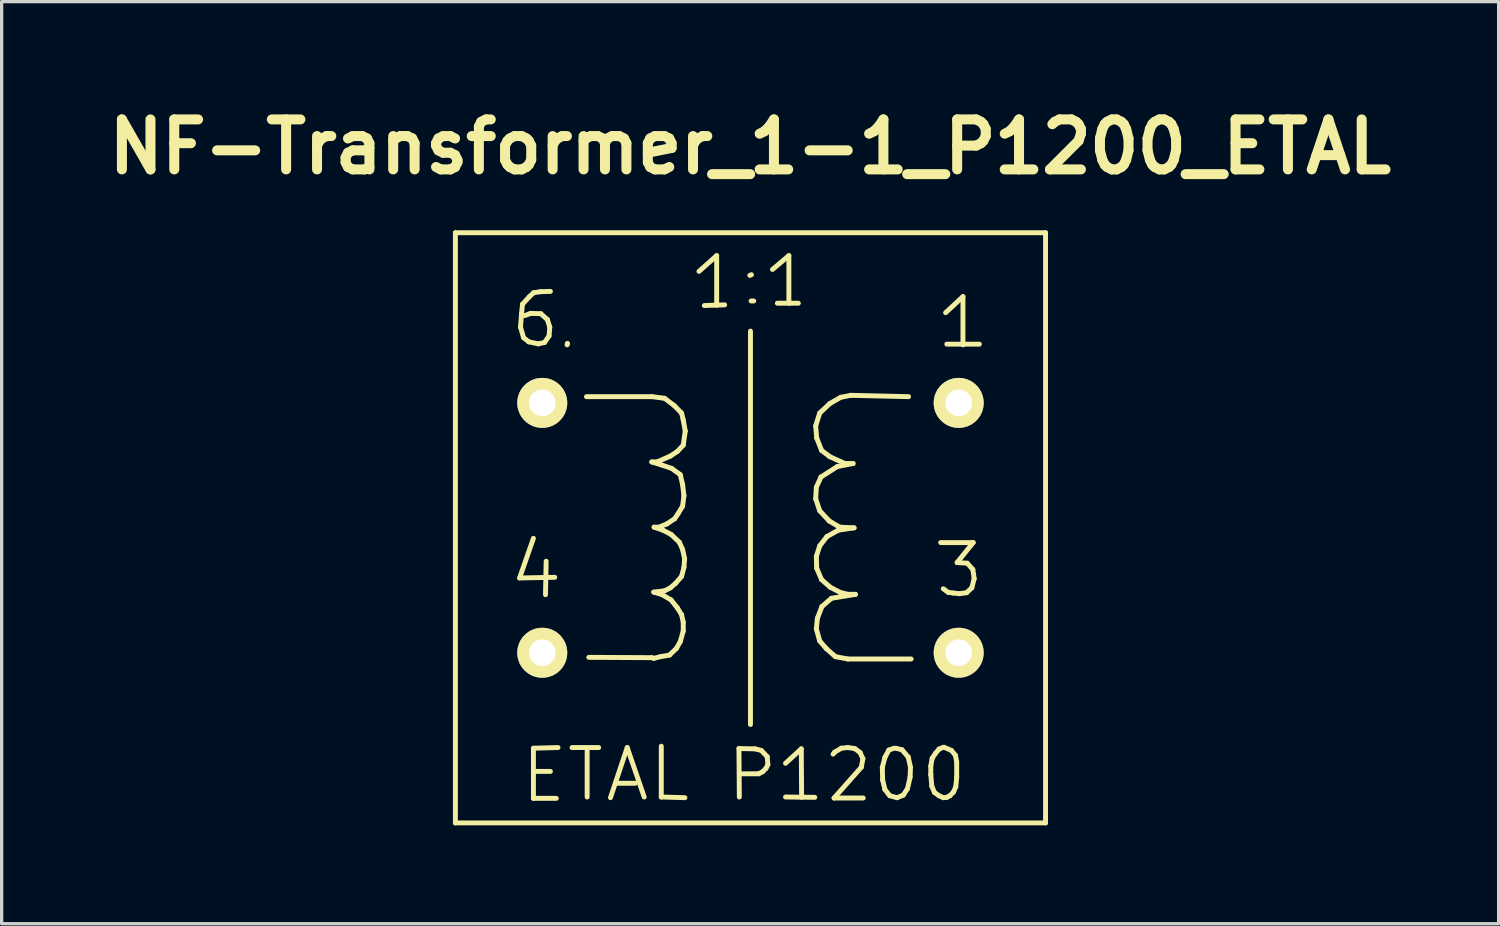
<source format=kicad_pcb>
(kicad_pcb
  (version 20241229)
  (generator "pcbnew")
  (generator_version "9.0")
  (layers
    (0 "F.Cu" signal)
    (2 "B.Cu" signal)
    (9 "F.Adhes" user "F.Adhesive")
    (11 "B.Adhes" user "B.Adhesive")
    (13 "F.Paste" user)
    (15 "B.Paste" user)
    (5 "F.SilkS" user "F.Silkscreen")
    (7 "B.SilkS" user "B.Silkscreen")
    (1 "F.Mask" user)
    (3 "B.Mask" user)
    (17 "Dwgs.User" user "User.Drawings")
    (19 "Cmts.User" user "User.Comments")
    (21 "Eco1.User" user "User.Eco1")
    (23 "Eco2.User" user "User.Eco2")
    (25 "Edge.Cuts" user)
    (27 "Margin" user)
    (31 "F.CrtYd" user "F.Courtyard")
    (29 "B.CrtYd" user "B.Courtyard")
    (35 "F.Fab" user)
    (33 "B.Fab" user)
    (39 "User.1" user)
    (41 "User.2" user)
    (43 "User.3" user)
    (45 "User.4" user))
  (footprint "NF-Transformer_1-1_P1200_ETAL"
    (layer "F.Cu")
    (at 19.837 13.047)
    (property "Reference" "NF-Transformer_1-1_P1200_ETAL" (at -0.01 -11.62 0) (layer "F.SilkS") (effects (font (size 1.524 1.524) (thickness 0.305))))
    (attr through_hole)
    (fp_line (start -8.999 -8.999) (end -8.999 8.999) (stroke (width 0.15) (type solid)) (layer "F.SilkS"))
    (fp_line (start -8.999 8.999) (end 8.999 8.999) (stroke (width 0.15) (type solid)) (layer "F.SilkS"))
    (fp_line (start -7.041 1.529) (end -5.969 1.509) (stroke (width 0.15) (type solid)) (layer "F.SilkS"))
    (fp_line (start -7.013 -6.121) (end -6.921 -5.801) (stroke (width 0.15) (type solid)) (layer "F.SilkS"))
    (fp_line (start -6.982 -6.53) (end -7.013 -6.121) (stroke (width 0.15) (type solid)) (layer "F.SilkS"))
    (fp_line (start -6.952 -6.82) (end -6.982 -6.53) (stroke (width 0.15) (type solid)) (layer "F.SilkS"))
    (fp_line (start -6.921 -5.801) (end -6.761 -5.672) (stroke (width 0.15) (type solid)) (layer "F.SilkS"))
    (fp_line (start -6.761 -5.672) (end -6.472 -5.611) (stroke (width 0.15) (type solid)) (layer "F.SilkS"))
    (fp_line (start -6.741 -7.051) (end -6.952 -6.82) (stroke (width 0.15) (type solid)) (layer "F.SilkS"))
    (fp_line (start -6.703 -6.54) (end -6.883 -6.472) (stroke (width 0.15) (type solid)) (layer "F.SilkS"))
    (fp_line (start -6.619 0.32) (end -7.041 1.529) (stroke (width 0.15) (type solid)) (layer "F.SilkS"))
    (fp_line (start -6.619 6.721) (end -6.619 8.25) (stroke (width 0.15) (type solid)) (layer "F.SilkS"))
    (fp_line (start -6.619 8.25) (end -5.921 8.25) (stroke (width 0.15) (type solid)) (layer "F.SilkS"))
    (fp_line (start -6.612 -7.17) (end -6.741 -7.051) (stroke (width 0.15) (type solid)) (layer "F.SilkS"))
    (fp_line (start -6.551 7.429) (end -6.101 7.429) (stroke (width 0.15) (type solid)) (layer "F.SilkS"))
    (fp_line (start -6.472 -5.611) (end -6.281 -5.652) (stroke (width 0.15) (type solid)) (layer "F.SilkS"))
    (fp_line (start -6.403 -7.201) (end -6.612 -7.17) (stroke (width 0.15) (type solid)) (layer "F.SilkS"))
    (fp_line (start -6.393 -6.53) (end -6.703 -6.54) (stroke (width 0.15) (type solid)) (layer "F.SilkS"))
    (fp_line (start -6.281 -5.652) (end -6.142 -5.852) (stroke (width 0.15) (type solid)) (layer "F.SilkS"))
    (fp_line (start -6.231 1.019) (end -6.251 2.04) (stroke (width 0.15) (type solid)) (layer "F.SilkS"))
    (fp_line (start -6.193 -6.35) (end -6.393 -6.53) (stroke (width 0.15) (type solid)) (layer "F.SilkS"))
    (fp_line (start -6.142 -5.852) (end -6.121 -6.121) (stroke (width 0.15) (type solid)) (layer "F.SilkS"))
    (fp_line (start -6.121 -6.121) (end -6.193 -6.35) (stroke (width 0.15) (type solid)) (layer "F.SilkS"))
    (fp_line (start -6.101 -7.211) (end -6.403 -7.201) (stroke (width 0.15) (type solid)) (layer "F.SilkS"))
    (fp_line (start -5.87 6.701) (end -6.619 6.721) (stroke (width 0.15) (type solid)) (layer "F.SilkS"))
    (fp_line (start -5.593 -5.58) (end -5.583 -5.621) (stroke (width 0.15) (type solid)) (layer "F.SilkS"))
    (fp_line (start -5.583 -5.621) (end -5.583 -5.611) (stroke (width 0.15) (type solid)) (layer "F.SilkS"))
    (fp_line (start -5.441 6.701) (end -4.63 6.701) (stroke (width 0.15) (type solid)) (layer "F.SilkS"))
    (fp_line (start -5.001 -4) (end -3 -4) (stroke (width 0.15) (type solid)) (layer "F.SilkS"))
    (fp_line (start -4.981 8.209) (end -4.981 6.741) (stroke (width 0.15) (type solid)) (layer "F.SilkS"))
    (fp_line (start -4.27 8.23) (end -3.759 6.701) (stroke (width 0.15) (type solid)) (layer "F.SilkS"))
    (fp_line (start -4.041 7.79) (end -3.51 7.79) (stroke (width 0.15) (type solid)) (layer "F.SilkS"))
    (fp_line (start -3.759 6.701) (end -3.241 8.209) (stroke (width 0.15) (type solid)) (layer "F.SilkS"))
    (fp_line (start -3.01 -2.009) (end -2.72 -1.92) (stroke (width 0.15) (type solid)) (layer "F.SilkS"))
    (fp_line (start -3.01 3.96) (end -4.93 3.95) (stroke (width 0.15) (type solid)) (layer "F.SilkS"))
    (fp_line (start -3 -4) (end -2.619 -3.95) (stroke (width 0.15) (type solid)) (layer "F.SilkS"))
    (fp_line (start -2.949 1.961) (end -2.69 2.04) (stroke (width 0.15) (type solid)) (layer "F.SilkS"))
    (fp_line (start -2.949 3.98) (end -3.01 3.96) (stroke (width 0.15) (type solid)) (layer "F.SilkS"))
    (fp_line (start -2.939 -0.02) (end -2.67 0.071) (stroke (width 0.15) (type solid)) (layer "F.SilkS"))
    (fp_line (start -2.85 -2.009) (end -3.01 -2.009) (stroke (width 0.15) (type solid)) (layer "F.SilkS"))
    (fp_line (start -2.789 -0.02) (end -2.939 -0.02) (stroke (width 0.15) (type solid)) (layer "F.SilkS"))
    (fp_line (start -2.741 3.929) (end -2.949 3.98) (stroke (width 0.15) (type solid)) (layer "F.SilkS"))
    (fp_line (start -2.72 -1.92) (end -2.4 -1.811) (stroke (width 0.15) (type solid)) (layer "F.SilkS"))
    (fp_line (start -2.72 6.66) (end -2.72 8.209) (stroke (width 0.15) (type solid)) (layer "F.SilkS"))
    (fp_line (start -2.72 8.209) (end -1.999 8.23) (stroke (width 0.15) (type solid)) (layer "F.SilkS"))
    (fp_line (start -2.69 2.04) (end -2.421 2.2) (stroke (width 0.15) (type solid)) (layer "F.SilkS"))
    (fp_line (start -2.67 0.071) (end -2.421 0.201) (stroke (width 0.15) (type solid)) (layer "F.SilkS"))
    (fp_line (start -2.619 -3.95) (end -2.329 -3.731) (stroke (width 0.15) (type solid)) (layer "F.SilkS"))
    (fp_line (start -2.619 1.92) (end -2.949 1.961) (stroke (width 0.15) (type solid)) (layer "F.SilkS"))
    (fp_line (start -2.55 -0.119) (end -2.789 -0.02) (stroke (width 0.15) (type solid)) (layer "F.SilkS"))
    (fp_line (start -2.469 3.881) (end -2.741 3.929) (stroke (width 0.15) (type solid)) (layer "F.SilkS"))
    (fp_line (start -2.441 -2.189) (end -2.85 -2.009) (stroke (width 0.15) (type solid)) (layer "F.SilkS"))
    (fp_line (start -2.441 1.829) (end -2.619 1.92) (stroke (width 0.15) (type solid)) (layer "F.SilkS"))
    (fp_line (start -2.421 0.201) (end -2.169 0.439) (stroke (width 0.15) (type solid)) (layer "F.SilkS"))
    (fp_line (start -2.421 2.2) (end -2.23 2.441) (stroke (width 0.15) (type solid)) (layer "F.SilkS"))
    (fp_line (start -2.4 -1.811) (end -2.141 -1.621) (stroke (width 0.15) (type solid)) (layer "F.SilkS"))
    (fp_line (start -2.329 -3.731) (end -2.101 -3.5) (stroke (width 0.15) (type solid)) (layer "F.SilkS"))
    (fp_line (start -2.309 -0.279) (end -2.55 -0.119) (stroke (width 0.15) (type solid)) (layer "F.SilkS"))
    (fp_line (start -2.281 1.689) (end -2.441 1.829) (stroke (width 0.15) (type solid)) (layer "F.SilkS"))
    (fp_line (start -2.261 3.68) (end -2.469 3.881) (stroke (width 0.15) (type solid)) (layer "F.SilkS"))
    (fp_line (start -2.23 -2.329) (end -2.441 -2.189) (stroke (width 0.15) (type solid)) (layer "F.SilkS"))
    (fp_line (start -2.23 2.441) (end -2.101 2.649) (stroke (width 0.15) (type solid)) (layer "F.SilkS"))
    (fp_line (start -2.21 -0.429) (end -2.309 -0.279) (stroke (width 0.15) (type solid)) (layer "F.SilkS"))
    (fp_line (start -2.169 0.439) (end -2.07 0.66) (stroke (width 0.15) (type solid)) (layer "F.SilkS"))
    (fp_line (start -2.141 -1.621) (end -2.07 -1.321) (stroke (width 0.15) (type solid)) (layer "F.SilkS"))
    (fp_line (start -2.141 3.47) (end -2.261 3.68) (stroke (width 0.15) (type solid)) (layer "F.SilkS"))
    (fp_line (start -2.101 -3.5) (end -2.05 -3.289) (stroke (width 0.15) (type solid)) (layer "F.SilkS"))
    (fp_line (start -2.101 1.481) (end -2.281 1.689) (stroke (width 0.15) (type solid)) (layer "F.SilkS"))
    (fp_line (start -2.101 2.649) (end -2.05 2.88) (stroke (width 0.15) (type solid)) (layer "F.SilkS"))
    (fp_line (start -2.07 -1.321) (end -2.029 -0.98) (stroke (width 0.15) (type solid)) (layer "F.SilkS"))
    (fp_line (start -2.07 -0.66) (end -2.21 -0.429) (stroke (width 0.15) (type solid)) (layer "F.SilkS"))
    (fp_line (start -2.07 0.66) (end -2.009 0.94) (stroke (width 0.15) (type solid)) (layer "F.SilkS"))
    (fp_line (start -2.05 -3.289) (end -1.989 -2.949) (stroke (width 0.15) (type solid)) (layer "F.SilkS"))
    (fp_line (start -2.05 -2.52) (end -2.23 -2.329) (stroke (width 0.15) (type solid)) (layer "F.SilkS"))
    (fp_line (start -2.05 2.88) (end -2.05 3.15) (stroke (width 0.15) (type solid)) (layer "F.SilkS"))
    (fp_line (start -2.05 3.15) (end -2.141 3.47) (stroke (width 0.15) (type solid)) (layer "F.SilkS"))
    (fp_line (start -2.029 -0.98) (end -2.07 -0.66) (stroke (width 0.15) (type solid)) (layer "F.SilkS"))
    (fp_line (start -2.029 1.209) (end -2.101 1.481) (stroke (width 0.15) (type solid)) (layer "F.SilkS"))
    (fp_line (start -2.009 0.94) (end -2.029 1.209) (stroke (width 0.15) (type solid)) (layer "F.SilkS"))
    (fp_line (start -1.989 -2.949) (end -2.05 -2.52) (stroke (width 0.15) (type solid)) (layer "F.SilkS"))
    (fp_line (start -1.57 -7.821) (end -1.031 -8.301) (stroke (width 0.15) (type solid)) (layer "F.SilkS"))
    (fp_line (start -1.407 -6.779) (end -0.787 -6.8) (stroke (width 0.15) (type solid)) (layer "F.SilkS"))
    (fp_line (start -1.031 -8.301) (end -1.031 -6.789) (stroke (width 0.15) (type solid)) (layer "F.SilkS"))
    (fp_line (start -0.351 6.731) (end 0.14 6.741) (stroke (width 0.15) (type solid)) (layer "F.SilkS"))
    (fp_line (start -0.34 8.209) (end -0.351 6.731) (stroke (width 0.15) (type solid)) (layer "F.SilkS"))
    (fp_line (start 0 -5.999) (end 0 5.999) (stroke (width 0.15) (type solid)) (layer "F.SilkS"))
    (fp_line (start 0.03 -7.719) (end -0.02 -7.699) (stroke (width 0.15) (type solid)) (layer "F.SilkS"))
    (fp_line (start 0.099 -6.919) (end 0.02 -6.919) (stroke (width 0.15) (type solid)) (layer "F.SilkS"))
    (fp_line (start 0.14 6.741) (end 0.33 6.789) (stroke (width 0.15) (type solid)) (layer "F.SilkS"))
    (fp_line (start 0.249 7.501) (end -0.269 7.501) (stroke (width 0.15) (type solid)) (layer "F.SilkS"))
    (fp_line (start 0.33 6.789) (end 0.511 6.98) (stroke (width 0.15) (type solid)) (layer "F.SilkS"))
    (fp_line (start 0.371 7.44) (end 0.249 7.501) (stroke (width 0.15) (type solid)) (layer "F.SilkS"))
    (fp_line (start 0.47 7.341) (end 0.371 7.44) (stroke (width 0.15) (type solid)) (layer "F.SilkS"))
    (fp_line (start 0.511 6.98) (end 0.531 7.221) (stroke (width 0.15) (type solid)) (layer "F.SilkS"))
    (fp_line (start 0.531 7.221) (end 0.47 7.341) (stroke (width 0.15) (type solid)) (layer "F.SilkS"))
    (fp_line (start 0.671 -7.879) (end 1.171 -8.301) (stroke (width 0.15) (type solid)) (layer "F.SilkS"))
    (fp_line (start 0.82 -6.85) (end 1.46 -6.85) (stroke (width 0.15) (type solid)) (layer "F.SilkS"))
    (fp_line (start 1.069 7.181) (end 1.549 6.741) (stroke (width 0.15) (type solid)) (layer "F.SilkS"))
    (fp_line (start 1.069 8.209) (end 1.961 8.219) (stroke (width 0.15) (type solid)) (layer "F.SilkS"))
    (fp_line (start 1.171 -8.301) (end 1.171 -6.85) (stroke (width 0.15) (type solid)) (layer "F.SilkS"))
    (fp_line (start 1.549 6.741) (end 1.56 8.219) (stroke (width 0.15) (type solid)) (layer "F.SilkS"))
    (fp_line (start 1.989 -3.109) (end 2.019 -2.741) (stroke (width 0.15) (type solid)) (layer "F.SilkS"))
    (fp_line (start 1.989 -0.889) (end 2.111 -0.521) (stroke (width 0.15) (type solid)) (layer "F.SilkS"))
    (fp_line (start 2.009 -1.24) (end 1.989 -0.889) (stroke (width 0.15) (type solid)) (layer "F.SilkS"))
    (fp_line (start 2.009 0.871) (end 2.019 1.229) (stroke (width 0.15) (type solid)) (layer "F.SilkS"))
    (fp_line (start 2.009 3.081) (end 2.111 3.449) (stroke (width 0.15) (type solid)) (layer "F.SilkS"))
    (fp_line (start 2.019 -2.741) (end 2.169 -2.36) (stroke (width 0.15) (type solid)) (layer "F.SilkS"))
    (fp_line (start 2.019 1.229) (end 2.169 1.58) (stroke (width 0.15) (type solid)) (layer "F.SilkS"))
    (fp_line (start 2.04 2.761) (end 2.009 3.081) (stroke (width 0.15) (type solid)) (layer "F.SilkS"))
    (fp_line (start 2.111 -3.5) (end 1.989 -3.109) (stroke (width 0.15) (type solid)) (layer "F.SilkS"))
    (fp_line (start 2.111 -0.521) (end 2.4 -0.211) (stroke (width 0.15) (type solid)) (layer "F.SilkS"))
    (fp_line (start 2.111 0.551) (end 2.009 0.871) (stroke (width 0.15) (type solid)) (layer "F.SilkS"))
    (fp_line (start 2.111 3.449) (end 2.309 3.68) (stroke (width 0.15) (type solid)) (layer "F.SilkS"))
    (fp_line (start 2.149 -1.549) (end 2.009 -1.24) (stroke (width 0.15) (type solid)) (layer "F.SilkS"))
    (fp_line (start 2.169 -2.36) (end 2.421 -2.169) (stroke (width 0.15) (type solid)) (layer "F.SilkS"))
    (fp_line (start 2.169 1.58) (end 2.431 1.811) (stroke (width 0.15) (type solid)) (layer "F.SilkS"))
    (fp_line (start 2.179 2.4) (end 2.04 2.761) (stroke (width 0.15) (type solid)) (layer "F.SilkS"))
    (fp_line (start 2.309 3.68) (end 2.591 3.929) (stroke (width 0.15) (type solid)) (layer "F.SilkS"))
    (fp_line (start 2.329 0.269) (end 2.111 0.551) (stroke (width 0.15) (type solid)) (layer "F.SilkS"))
    (fp_line (start 2.4 -0.211) (end 2.72 -0.02) (stroke (width 0.15) (type solid)) (layer "F.SilkS"))
    (fp_line (start 2.421 -3.79) (end 2.111 -3.5) (stroke (width 0.15) (type solid)) (layer "F.SilkS"))
    (fp_line (start 2.421 -2.169) (end 2.88 -1.961) (stroke (width 0.15) (type solid)) (layer "F.SilkS"))
    (fp_line (start 2.431 1.811) (end 2.741 1.971) (stroke (width 0.15) (type solid)) (layer "F.SilkS"))
    (fp_line (start 2.469 2.149) (end 2.179 2.4) (stroke (width 0.15) (type solid)) (layer "F.SilkS"))
    (fp_line (start 2.52 6.901) (end 2.57 6.84) (stroke (width 0.15) (type solid)) (layer "F.SilkS"))
    (fp_line (start 2.55 8.24) (end 3.439 8.24) (stroke (width 0.15) (type solid)) (layer "F.SilkS"))
    (fp_line (start 2.57 6.84) (end 2.771 6.721) (stroke (width 0.15) (type solid)) (layer "F.SilkS"))
    (fp_line (start 2.591 3.929) (end 2.969 4) (stroke (width 0.15) (type solid)) (layer "F.SilkS"))
    (fp_line (start 2.649 -1.869) (end 2.149 -1.549) (stroke (width 0.15) (type solid)) (layer "F.SilkS"))
    (fp_line (start 2.68 0.071) (end 2.329 0.269) (stroke (width 0.15) (type solid)) (layer "F.SilkS"))
    (fp_line (start 2.72 -0.02) (end 3.16 0) (stroke (width 0.15) (type solid)) (layer "F.SilkS"))
    (fp_line (start 2.741 1.971) (end 2.979 2.029) (stroke (width 0.15) (type solid)) (layer "F.SilkS"))
    (fp_line (start 2.751 -3.98) (end 2.421 -3.79) (stroke (width 0.15) (type solid)) (layer "F.SilkS"))
    (fp_line (start 2.771 6.721) (end 2.969 6.701) (stroke (width 0.15) (type solid)) (layer "F.SilkS"))
    (fp_line (start 2.88 -1.961) (end 3.129 -1.961) (stroke (width 0.15) (type solid)) (layer "F.SilkS"))
    (fp_line (start 2.969 4) (end 4.9 4) (stroke (width 0.15) (type solid)) (layer "F.SilkS"))
    (fp_line (start 2.969 6.701) (end 3.18 6.731) (stroke (width 0.15) (type solid)) (layer "F.SilkS"))
    (fp_line (start 2.979 2.029) (end 3.2 2.029) (stroke (width 0.15) (type solid)) (layer "F.SilkS"))
    (fp_line (start 3.061 -4.041) (end 2.751 -3.98) (stroke (width 0.15) (type solid)) (layer "F.SilkS"))
    (fp_line (start 3.129 -1.961) (end 2.649 -1.869) (stroke (width 0.15) (type solid)) (layer "F.SilkS"))
    (fp_line (start 3.16 0) (end 2.68 0.071) (stroke (width 0.15) (type solid)) (layer "F.SilkS"))
    (fp_line (start 3.18 6.731) (end 3.34 6.85) (stroke (width 0.15) (type solid)) (layer "F.SilkS"))
    (fp_line (start 3.2 2.029) (end 2.469 2.149) (stroke (width 0.15) (type solid)) (layer "F.SilkS"))
    (fp_line (start 3.34 6.85) (end 3.429 7.041) (stroke (width 0.15) (type solid)) (layer "F.SilkS"))
    (fp_line (start 3.381 7.3) (end 2.55 8.24) (stroke (width 0.15) (type solid)) (layer "F.SilkS"))
    (fp_line (start 3.429 7.041) (end 3.381 7.3) (stroke (width 0.15) (type solid)) (layer "F.SilkS"))
    (fp_line (start 4.021 7.31) (end 4.1 7) (stroke (width 0.15) (type solid)) (layer "F.SilkS"))
    (fp_line (start 4.031 7.691) (end 4.021 7.31) (stroke (width 0.15) (type solid)) (layer "F.SilkS"))
    (fp_line (start 4.1 7) (end 4.219 6.779) (stroke (width 0.15) (type solid)) (layer "F.SilkS"))
    (fp_line (start 4.1 7.981) (end 4.031 7.691) (stroke (width 0.15) (type solid)) (layer "F.SilkS"))
    (fp_line (start 4.219 6.779) (end 4.379 6.721) (stroke (width 0.15) (type solid)) (layer "F.SilkS"))
    (fp_line (start 4.249 8.171) (end 4.1 7.981) (stroke (width 0.15) (type solid)) (layer "F.SilkS"))
    (fp_line (start 4.43 6.721) (end 4.62 6.769) (stroke (width 0.15) (type solid)) (layer "F.SilkS"))
    (fp_line (start 4.47 8.23) (end 4.249 8.171) (stroke (width 0.15) (type solid)) (layer "F.SilkS"))
    (fp_line (start 4.62 6.769) (end 4.811 6.99) (stroke (width 0.15) (type solid)) (layer "F.SilkS"))
    (fp_line (start 4.661 8.151) (end 4.47 8.23) (stroke (width 0.15) (type solid)) (layer "F.SilkS"))
    (fp_line (start 4.79 7.95) (end 4.661 8.151) (stroke (width 0.15) (type solid)) (layer "F.SilkS"))
    (fp_line (start 4.811 6.99) (end 4.879 7.3) (stroke (width 0.15) (type solid)) (layer "F.SilkS"))
    (fp_line (start 4.821 -4) (end 3.061 -4.041) (stroke (width 0.15) (type solid)) (layer "F.SilkS"))
    (fp_line (start 4.869 7.6) (end 4.79 7.95) (stroke (width 0.15) (type solid)) (layer "F.SilkS"))
    (fp_line (start 4.879 7.3) (end 4.869 7.6) (stroke (width 0.15) (type solid)) (layer "F.SilkS"))
    (fp_line (start 5.499 7.269) (end 5.54 7.031) (stroke (width 0.15) (type solid)) (layer "F.SilkS"))
    (fp_line (start 5.499 7.521) (end 5.499 7.269) (stroke (width 0.15) (type solid)) (layer "F.SilkS"))
    (fp_line (start 5.53 7.879) (end 5.499 7.521) (stroke (width 0.15) (type solid)) (layer "F.SilkS"))
    (fp_line (start 5.54 7.031) (end 5.639 6.881) (stroke (width 0.15) (type solid)) (layer "F.SilkS"))
    (fp_line (start 5.611 8.07) (end 5.53 7.879) (stroke (width 0.15) (type solid)) (layer "F.SilkS"))
    (fp_line (start 5.639 6.881) (end 5.751 6.749) (stroke (width 0.15) (type solid)) (layer "F.SilkS"))
    (fp_line (start 5.751 6.749) (end 5.86 6.701) (stroke (width 0.15) (type solid)) (layer "F.SilkS"))
    (fp_line (start 5.751 8.171) (end 5.611 8.07) (stroke (width 0.15) (type solid)) (layer "F.SilkS"))
    (fp_line (start 5.801 0.45) (end 6.792 0.45) (stroke (width 0.15) (type solid)) (layer "F.SilkS"))
    (fp_line (start 5.88 8.23) (end 5.751 8.171) (stroke (width 0.15) (type solid)) (layer "F.SilkS"))
    (fp_line (start 5.9 6.69) (end 6.129 6.789) (stroke (width 0.15) (type solid)) (layer "F.SilkS"))
    (fp_line (start 5.951 -6.561) (end 6.48 -7.051) (stroke (width 0.15) (type solid)) (layer "F.SilkS"))
    (fp_line (start 5.989 -5.601) (end 6.98 -5.601) (stroke (width 0.15) (type solid)) (layer "F.SilkS"))
    (fp_line (start 5.989 8.219) (end 5.88 8.23) (stroke (width 0.15) (type solid)) (layer "F.SilkS"))
    (fp_line (start 6.03 1.968) (end 5.88 1.859) (stroke (width 0.15) (type solid)) (layer "F.SilkS"))
    (fp_line (start 6.081 8.171) (end 5.989 8.219) (stroke (width 0.15) (type solid)) (layer "F.SilkS"))
    (fp_line (start 6.129 6.789) (end 6.251 6.939) (stroke (width 0.15) (type solid)) (layer "F.SilkS"))
    (fp_line (start 6.19 1.989) (end 6.03 1.968) (stroke (width 0.15) (type solid)) (layer "F.SilkS"))
    (fp_line (start 6.19 8.059) (end 6.081 8.171) (stroke (width 0.15) (type solid)) (layer "F.SilkS"))
    (fp_line (start 6.251 6.939) (end 6.289 7.14) (stroke (width 0.15) (type solid)) (layer "F.SilkS"))
    (fp_line (start 6.261 7.899) (end 6.19 8.059) (stroke (width 0.15) (type solid)) (layer "F.SilkS"))
    (fp_line (start 6.289 7.14) (end 6.289 7.61) (stroke (width 0.15) (type solid)) (layer "F.SilkS"))
    (fp_line (start 6.289 7.61) (end 6.261 7.899) (stroke (width 0.15) (type solid)) (layer "F.SilkS"))
    (fp_line (start 6.302 1.059) (end 6.612 1.079) (stroke (width 0.15) (type solid)) (layer "F.SilkS"))
    (fp_line (start 6.37 2.009) (end 6.19 1.989) (stroke (width 0.15) (type solid)) (layer "F.SilkS"))
    (fp_line (start 6.48 -7.051) (end 6.48 -5.58) (stroke (width 0.15) (type solid)) (layer "F.SilkS"))
    (fp_line (start 6.591 1.979) (end 6.37 2.009) (stroke (width 0.15) (type solid)) (layer "F.SilkS"))
    (fp_line (start 6.612 1.079) (end 6.782 1.27) (stroke (width 0.15) (type solid)) (layer "F.SilkS"))
    (fp_line (start 6.751 1.829) (end 6.591 1.979) (stroke (width 0.15) (type solid)) (layer "F.SilkS"))
    (fp_line (start 6.782 1.27) (end 6.822 1.549) (stroke (width 0.15) (type solid)) (layer "F.SilkS"))
    (fp_line (start 6.792 0.45) (end 6.302 1.059) (stroke (width 0.15) (type solid)) (layer "F.SilkS"))
    (fp_line (start 6.822 1.549) (end 6.751 1.829) (stroke (width 0.15) (type solid)) (layer "F.SilkS"))
    (fp_line (start 8.999 -8.999) (end -8.999 -8.999) (stroke (width 0.15) (type solid)) (layer "F.SilkS"))
    (fp_line (start 8.999 8.999) (end 8.999 -8.999) (stroke (width 0.15) (type solid)) (layer "F.SilkS"))
    (pad "1" thru_hole circle (at 6.35 -3.81) (size 1.524 1.524) (drill 0.813) (layers "*.Cu" "*.Mask" "F.SilkS"))
    (pad "3" thru_hole circle (at 6.35 3.81) (size 1.524 1.524) (drill 0.813) (layers "*.Cu" "*.Mask" "F.SilkS"))
    (pad "4" thru_hole circle (at -6.35 3.81) (size 1.524 1.524) (drill 0.813) (layers "*.Cu" "*.Mask" "F.SilkS"))
    (pad "6" thru_hole circle (at -6.35 -3.81) (size 1.524 1.524) (drill 0.813) (layers "*.Cu" "*.Mask" "F.SilkS")))
  (gr_rect
    (start -3 -3)
    (end 42.653 25.121)
    (stroke (width 0.1) (type default))
    (fill no)
    (layer "Edge.Cuts")))
</source>
